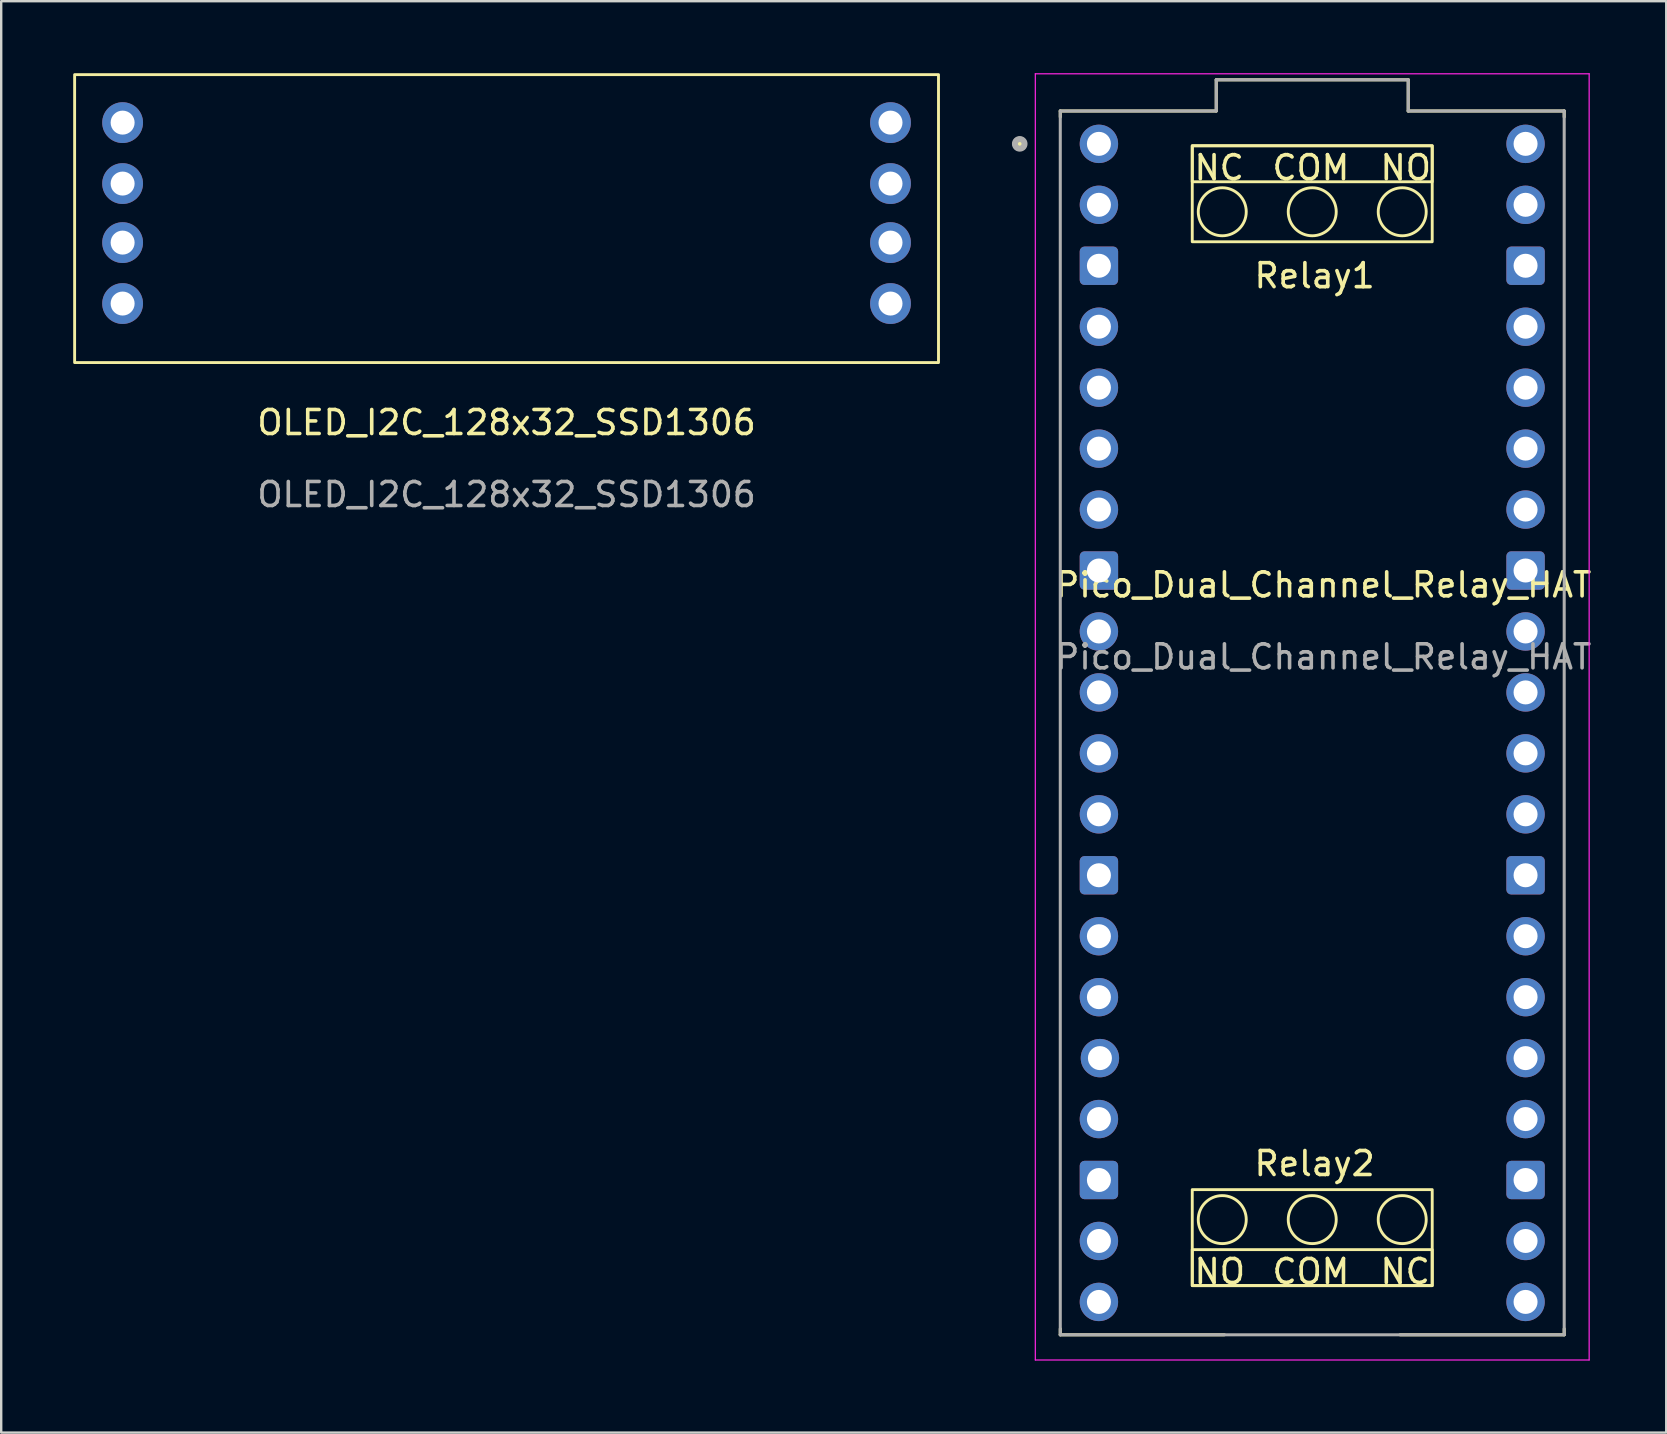
<source format=kicad_pcb>
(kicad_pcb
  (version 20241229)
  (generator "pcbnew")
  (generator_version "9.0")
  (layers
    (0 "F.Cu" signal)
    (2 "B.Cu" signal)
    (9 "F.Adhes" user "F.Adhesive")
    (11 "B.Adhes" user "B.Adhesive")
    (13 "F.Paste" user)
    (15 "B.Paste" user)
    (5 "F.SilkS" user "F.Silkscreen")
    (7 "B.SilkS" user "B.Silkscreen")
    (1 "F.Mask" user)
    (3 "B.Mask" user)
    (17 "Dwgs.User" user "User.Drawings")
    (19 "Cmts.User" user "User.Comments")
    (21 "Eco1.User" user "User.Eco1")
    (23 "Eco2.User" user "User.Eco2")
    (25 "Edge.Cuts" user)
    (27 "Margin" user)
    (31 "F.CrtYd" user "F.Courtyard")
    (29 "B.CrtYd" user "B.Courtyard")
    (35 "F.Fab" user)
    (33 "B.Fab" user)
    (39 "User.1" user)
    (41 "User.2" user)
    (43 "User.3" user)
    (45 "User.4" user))
  (footprint "OLED_I2C_128x32_SSD1306"
    (layer "F.Cu")
    (at 18.06 15.06)
    (property "Reference" "OLED_I2C_128x32_SSD1306" (at 0 -0.5 0) (unlocked yes) (layer "F.SilkS") (effects (font (size 1 1) (thickness 0.15))))
    (attr through_hole)
    (fp_rect (start -18 -15) (end 18 -3) (stroke (width 0.12) (type default)) (fill no) (layer "F.SilkS"))
    (fp_text user "${REFERENCE}" (at 0 2.5 0) (unlocked yes) (layer "F.Fab") (effects (font (size 1 1) (thickness 0.15))))
    (pad "1" thru_hole circle (at -16 -13) (size 1.7 1.7) (drill 1) (layers "*.Cu" "*.Mask"))
    (pad "2" thru_hole circle (at -16 -10.46) (size 1.7 1.7) (drill 1) (layers "*.Cu" "*.Mask"))
    (pad "3" thru_hole circle (at -16 -8) (size 1.7 1.7) (drill 1) (layers "*.Cu" "*.Mask"))
    (pad "4" thru_hole circle (at -16 -5.46) (size 1.7 1.7) (drill 1) (layers "*.Cu" "*.Mask"))
    (pad "5" thru_hole circle (at 16 -13) (size 1.7 1.7) (drill 1) (layers "*.Cu" "*.Mask"))
    (pad "6" thru_hole circle (at 16 -10.46) (size 1.7 1.7) (drill 1) (layers "*.Cu" "*.Mask"))
    (pad "7" thru_hole circle (at 16 -8) (size 1.7 1.7) (drill 1) (layers "*.Cu" "*.Mask"))
    (pad "8" thru_hole circle (at 16 -5.46) (size 1.7 1.7) (drill 1) (layers "*.Cu" "*.Mask")))
  (footprint "Pico_Dual_Channel_Relay_HAT"
    (layer "F.Cu")
    (at 51.635 27.025)
    (property "Reference" "Pico_Dual_Channel_Relay_HAT" (at 0.46 -5.7 0) (unlocked yes) (layer "F.SilkS") (effects (font (size 1 1) (thickness 0.15))))
    (attr through_hole)
    (fp_line (start -10.5 -25.45) (end -4 -25.45) (stroke (width 0.127) (type solid)) (layer "F.SilkS"))
    (fp_line (start -10.5 -25.2) (end -10.5 -25.45) (stroke (width 0.127) (type solid)) (layer "F.SilkS"))
    (fp_line (start -10.5 25.55) (end -10.5 25.3) (stroke (width 0.127) (type solid)) (layer "F.SilkS"))
    (fp_line (start -4 -26.75) (end 4 -26.75) (stroke (width 0.127) (type solid)) (layer "F.SilkS"))
    (fp_line (start -4 -25.45) (end -4 -26.75) (stroke (width 0.127) (type solid)) (layer "F.SilkS"))
    (fp_line (start -3.66 25.55) (end -10.5 25.55) (stroke (width 0.127) (type solid)) (layer "F.SilkS"))
    (fp_line (start 4 -26.75) (end 4 -25.45) (stroke (width 0.127) (type solid)) (layer "F.SilkS"))
    (fp_line (start 4 -25.45) (end 10.5 -25.45) (stroke (width 0.127) (type solid)) (layer "F.SilkS"))
    (fp_line (start 10.5 -25.45) (end 10.5 -25.2) (stroke (width 0.127) (type solid)) (layer "F.SilkS"))
    (fp_line (start 10.5 25.55) (end 3.66 25.55) (stroke (width 0.127) (type solid)) (layer "F.SilkS"))
    (fp_line (start 10.5 25.55) (end 10.5 25.3) (stroke (width 0.127) (type solid)) (layer "F.SilkS"))
    (fp_rect (start -5 -24) (end 5 -22.5) (stroke (width 0.12) (type default)) (fill no) (layer "F.SilkS"))
    (fp_rect (start -5 -24) (end 5 -20) (stroke (width 0.12) (type default)) (fill no) (layer "F.SilkS"))
    (fp_rect (start 5 23.5) (end -5 19.5) (stroke (width 0.12) (type default)) (fill no) (layer "F.SilkS"))
    (fp_rect (start 5 23.5) (end -5 22) (stroke (width 0.12) (type default)) (fill no) (layer "F.SilkS"))
    (fp_circle (center -12.19 -24.08) (end -11.99 -24.08) (stroke (width 0.2) (type solid)) (fill yes) (layer "F.SilkS"))
    (fp_circle (center -3.75 -21.25) (end -2.75 -21.25) (stroke (width 0.12) (type default)) (fill no) (layer "F.SilkS"))
    (fp_circle (center -3.75 20.75) (end -4.75 20.75) (stroke (width 0.12) (type default)) (fill no) (layer "F.SilkS"))
    (fp_circle (center 0 -21.25) (end 1 -21.25) (stroke (width 0.12) (type default)) (fill no) (layer "F.SilkS"))
    (fp_circle (center 0 20.75) (end -1 20.75) (stroke (width 0.12) (type default)) (fill no) (layer "F.SilkS"))
    (fp_circle (center 3.75 -21.25) (end 4.75 -21.25) (stroke (width 0.12) (type default)) (fill no) (layer "F.SilkS"))
    (fp_circle (center 3.75 20.75) (end 2.75 20.75) (stroke (width 0.12) (type default)) (fill no) (layer "F.SilkS"))
    (fp_line (start -11.54 -27) (end -11.54 26.6) (stroke (width 0.05) (type solid)) (layer "F.CrtYd"))
    (fp_line (start -11.54 26.6) (end 11.54 26.6) (stroke (width 0.05) (type solid)) (layer "F.CrtYd"))
    (fp_line (start 11.54 -27) (end -11.54 -27) (stroke (width 0.05) (type solid)) (layer "F.CrtYd"))
    (fp_line (start 11.54 26.6) (end 11.54 -27) (stroke (width 0.05) (type solid)) (layer "F.CrtYd"))
    (fp_line (start -10.5 -25.45) (end -4 -25.45) (stroke (width 0.127) (type solid)) (layer "F.Fab"))
    (fp_line (start -10.5 25.55) (end -10.5 -25.45) (stroke (width 0.127) (type solid)) (layer "F.Fab"))
    (fp_line (start -4 -26.75) (end 4 -26.75) (stroke (width 0.127) (type solid)) (layer "F.Fab"))
    (fp_line (start -4 -25.45) (end -4 -26.75) (stroke (width 0.127) (type solid)) (layer "F.Fab"))
    (fp_line (start 4 -26.75) (end 4 -25.45) (stroke (width 0.127) (type solid)) (layer "F.Fab"))
    (fp_line (start 4 -25.45) (end 10.5 -25.45) (stroke (width 0.127) (type solid)) (layer "F.Fab"))
    (fp_line (start 10.5 -25.45) (end 10.5 25.55) (stroke (width 0.127) (type solid)) (layer "F.Fab"))
    (fp_line (start 10.5 25.55) (end -10.5 25.55) (stroke (width 0.127) (type solid)) (layer "F.Fab"))
    (fp_circle (center -12.19 -24.08) (end -11.99 -24.08) (stroke (width 0.25) (type solid)) (fill no) (layer "F.Fab"))
    (fp_text user "NC" (at -5 -22.5 0) (unlocked yes) (layer "F.SilkS") (effects (font (size 1 1) (thickness 0.15)) (justify left bottom)))
    (fp_text user "COM" (at -1.75 23.5 0) (unlocked yes) (layer "F.SilkS") (effects (font (size 1 1) (thickness 0.15)) (justify left bottom)))
    (fp_text user "NO" (at 2.75 -22.5 0) (unlocked yes) (layer "F.SilkS") (effects (font (size 1 1) (thickness 0.15)) (justify left bottom)))
    (fp_text user "NC" (at 2.75 23.5 0) (unlocked yes) (layer "F.SilkS") (effects (font (size 1 1) (thickness 0.15)) (justify left bottom)))
    (fp_text user "Relay1" (at -2.5 -18 0) (unlocked yes) (layer "F.SilkS") (effects (font (size 1 1) (thickness 0.15)) (justify left bottom)))
    (fp_text user "COM" (at -1.75 -22.5 0) (unlocked yes) (layer "F.SilkS") (effects (font (size 1 1) (thickness 0.15)) (justify left bottom)))
    (fp_text user "Relay2" (at -2.5 19 0) (unlocked yes) (layer "F.SilkS") (effects (font (size 1 1) (thickness 0.15)) (justify left bottom)))
    (fp_text user "NO" (at -5 23.5 0) (unlocked yes) (layer "F.SilkS") (effects (font (size 1 1) (thickness 0.15)) (justify left bottom)))
    (fp_text user "${REFERENCE}" (at 0.46 -2.7 0) (unlocked yes) (layer "F.Fab") (effects (font (size 1 1) (thickness 0.15))))
    (pad "1" thru_hole circle (at -8.89 -24.08) (size 1.6 1.6) (drill 1) (layers "*.Cu" "*.Mask"))
    (pad "2" thru_hole circle (at -8.89 -21.54) (size 1.6 1.6) (drill 1) (layers "*.Cu" "*.Mask"))
    (pad "3" thru_hole roundrect (at -8.89 -19) (size 1.6 1.6) (drill 1) (layers "*.Cu" "*.Mask") (roundrect_rratio 0.125))
    (pad "4" thru_hole circle (at -8.89 -16.46) (size 1.6 1.6) (drill 1) (layers "*.Cu" "*.Mask"))
    (pad "5" thru_hole circle (at -8.89 -13.92) (size 1.6 1.6) (drill 1) (layers "*.Cu" "*.Mask"))
    (pad "6" thru_hole circle (at -8.89 -11.38) (size 1.6 1.6) (drill 1) (layers "*.Cu" "*.Mask"))
    (pad "7" thru_hole circle (at -8.89 -8.84) (size 1.6 1.6) (drill 1) (layers "*.Cu" "*.Mask"))
    (pad "8" thru_hole roundrect (at -8.89 -6.3) (size 1.6 1.6) (drill 1) (layers "*.Cu" "*.Mask") (roundrect_rratio 0.125))
    (pad "9" thru_hole circle (at -8.89 -3.76) (size 1.6 1.6) (drill 1) (layers "*.Cu" "*.Mask"))
    (pad "10" thru_hole circle (at -8.89 -1.22) (size 1.6 1.6) (drill 1) (layers "*.Cu" "*.Mask"))
    (pad "11" thru_hole circle (at -8.89 1.32) (size 1.6 1.6) (drill 1) (layers "*.Cu" "*.Mask"))
    (pad "12" thru_hole circle (at -8.89 3.86) (size 1.6 1.6) (drill 1) (layers "*.Cu" "*.Mask"))
    (pad "13" thru_hole roundrect (at -8.89 6.4) (size 1.6 1.6) (drill 1) (layers "*.Cu" "*.Mask") (roundrect_rratio 0.125))
    (pad "14" thru_hole circle (at -8.89 8.94) (size 1.6 1.6) (drill 1) (layers "*.Cu" "*.Mask"))
    (pad "15" thru_hole circle (at -8.89 11.48) (size 1.6 1.6) (drill 1) (layers "*.Cu" "*.Mask"))
    (pad "16" thru_hole circle (at -8.848 14.02) (size 1.6 1.6) (drill 1) (layers "*.Cu" "*.Mask"))
    (pad "17" thru_hole circle (at -8.89 16.56) (size 1.6 1.6) (drill 1) (layers "*.Cu" "*.Mask"))
    (pad "18" thru_hole roundrect (at -8.89 19.1) (size 1.6 1.6) (drill 1) (layers "*.Cu" "*.Mask") (roundrect_rratio 0.125))
    (pad "19" thru_hole circle (at -8.89 21.64) (size 1.6 1.6) (drill 1) (layers "*.Cu" "*.Mask"))
    (pad "20" thru_hole circle (at -8.89 24.18) (size 1.6 1.6) (drill 1) (layers "*.Cu" "*.Mask"))
    (pad "21" thru_hole circle (at 8.89 24.18) (size 1.6 1.6) (drill 1) (layers "*.Cu" "*.Mask"))
    (pad "22" thru_hole circle (at 8.89 21.64) (size 1.6 1.6) (drill 1) (layers "*.Cu" "*.Mask"))
    (pad "23" thru_hole roundrect (at 8.89 19.1) (size 1.6 1.6) (drill 1) (layers "*.Cu" "*.Mask") (roundrect_rratio 0.125))
    (pad "24" thru_hole circle (at 8.89 16.56) (size 1.6 1.6) (drill 1) (layers "*.Cu" "*.Mask"))
    (pad "25" thru_hole circle (at 8.89 14.02) (size 1.6 1.6) (drill 1) (layers "*.Cu" "*.Mask"))
    (pad "26" thru_hole circle (at 8.89 11.48) (size 1.6 1.6) (drill 1) (layers "*.Cu" "*.Mask"))
    (pad "27" thru_hole circle (at 8.89 8.94) (size 1.6 1.6) (drill 1) (layers "*.Cu" "*.Mask"))
    (pad "28" thru_hole roundrect (at 8.89 6.4) (size 1.6 1.6) (drill 1) (layers "*.Cu" "*.Mask") (roundrect_rratio 0.125))
    (pad "29" thru_hole circle (at 8.89 3.86) (size 1.6 1.6) (drill 1) (layers "*.Cu" "*.Mask"))
    (pad "30" thru_hole circle (at 8.89 1.32) (size 1.6 1.6) (drill 1) (layers "*.Cu" "*.Mask"))
    (pad "31" thru_hole circle (at 8.89 -1.22) (size 1.6 1.6) (drill 1) (layers "*.Cu" "*.Mask"))
    (pad "32" thru_hole circle (at 8.89 -3.76) (size 1.6 1.6) (drill 1) (layers "*.Cu" "*.Mask"))
    (pad "33" thru_hole roundrect (at 8.89 -6.3) (size 1.6 1.6) (drill 1) (layers "*.Cu" "*.Mask") (roundrect_rratio 0.125))
    (pad "34" thru_hole circle (at 8.89 -8.84) (size 1.6 1.6) (drill 1) (layers "*.Cu" "*.Mask"))
    (pad "35" thru_hole circle (at 8.89 -11.38) (size 1.6 1.6) (drill 1) (layers "*.Cu" "*.Mask"))
    (pad "36" thru_hole circle (at 8.89 -13.92) (size 1.6 1.6) (drill 1) (layers "*.Cu" "*.Mask"))
    (pad "37" thru_hole circle (at 8.89 -16.46) (size 1.6 1.6) (drill 1) (layers "*.Cu" "*.Mask"))
    (pad "38" thru_hole roundrect (at 8.89 -19) (size 1.6 1.6) (drill 1) (layers "*.Cu" "*.Mask") (roundrect_rratio 0.125))
    (pad "39" thru_hole circle (at 8.89 -21.54) (size 1.6 1.6) (drill 1) (layers "*.Cu" "*.Mask"))
    (pad "40" thru_hole circle (at 8.89 -24.08) (size 1.6 1.6) (drill 1) (layers "*.Cu" "*.Mask")))
  (gr_rect
    (start -3 -3)
    (end 66.387 56.65)
    (stroke (width 0.1) (type default))
    (fill no)
    (layer "Edge.Cuts")))
</source>
